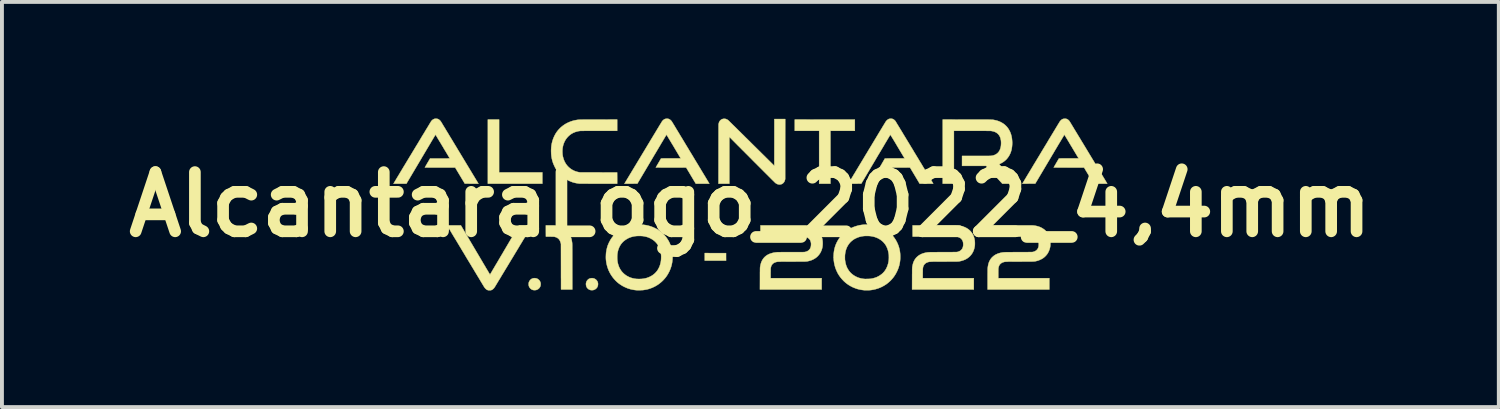
<source format=kicad_pcb>
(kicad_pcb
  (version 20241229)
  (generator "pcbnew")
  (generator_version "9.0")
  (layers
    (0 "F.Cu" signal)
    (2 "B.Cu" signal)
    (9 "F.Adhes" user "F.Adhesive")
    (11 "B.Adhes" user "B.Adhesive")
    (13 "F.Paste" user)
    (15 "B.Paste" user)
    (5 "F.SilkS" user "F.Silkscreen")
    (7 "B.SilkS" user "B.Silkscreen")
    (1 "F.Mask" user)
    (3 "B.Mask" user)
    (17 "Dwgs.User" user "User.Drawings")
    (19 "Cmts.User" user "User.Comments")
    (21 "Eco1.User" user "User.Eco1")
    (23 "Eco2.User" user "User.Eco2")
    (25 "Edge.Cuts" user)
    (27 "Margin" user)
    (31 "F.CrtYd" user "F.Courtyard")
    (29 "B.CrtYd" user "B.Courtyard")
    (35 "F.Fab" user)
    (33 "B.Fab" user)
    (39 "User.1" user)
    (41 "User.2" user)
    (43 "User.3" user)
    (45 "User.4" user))
  (footprint "AlcantaraLogo_2022_4,4mm"
    (layer "F.Cu")
    (at 16.263 2.214)
    (property "Reference" "AlcantaraLogo_2022_4,4mm" (at 0 0 180) (layer "F.SilkS") (effects (font (size 1.524 1.524) (thickness 0.3))))
    (attr through_hole)
    (fp_poly (pts (xy -6.467 -0.826) (xy -5.354 -0.826) (xy -5.354 -0.537) (xy -6.756 -0.537) (xy -6.756 -2.187) (xy -6.467 -2.187) (xy -6.467 -0.826)) (stroke (width 0.01) (type solid)) (fill yes) (layer "F.SilkS"))
    (fp_poly (pts (xy -0.899 1.251) (xy -0.626 1.251) (xy -0.626 1.348) (xy -0.625 1.444) (xy -1.173 1.444) (xy -1.173 1.25) (xy -0.899 1.251)) (stroke (width 0.01) (type solid)) (fill yes) (layer "F.SilkS"))
    (fp_poly (pts (xy 1.917 -2.186) (xy 2.689 -2.186) (xy 2.689 -1.898) (xy 2.061 -1.897) (xy 2.061 -0.537) (xy 1.771 -0.537) (xy 1.771 -1.897) (xy 1.144 -1.897) (xy 1.144 -2.187) (xy 1.917 -2.186)) (stroke (width 0.01) (type solid)) (fill yes) (layer "F.SilkS"))
    (fp_poly (pts (xy -5.531 1.897) (xy -5.52 1.899) (xy -5.496 1.905) (xy -5.475 1.915) (xy -5.456 1.928) (xy -5.437 1.946) (xy -5.422 1.964) (xy -5.411 1.984) (xy -5.403 2.005) (xy -5.398 2.027) (xy -5.397 2.05) (xy -5.399 2.076) (xy -5.404 2.099) (xy -5.413 2.12) (xy -5.425 2.14) (xy -5.432 2.149) (xy -5.45 2.167) (xy -5.47 2.182) (xy -5.493 2.193) (xy -5.505 2.198) (xy -5.519 2.201) (xy -5.536 2.203) (xy -5.554 2.204) (xy -5.572 2.203) (xy -5.588 2.201) (xy -5.595 2.2) (xy -5.619 2.191) (xy -5.641 2.179) (xy -5.66 2.163) (xy -5.677 2.144) (xy -5.69 2.123) (xy -5.7 2.099) (xy -5.702 2.092) (xy -5.704 2.08) (xy -5.706 2.065) (xy -5.706 2.049) (xy -5.706 2.033) (xy -5.704 2.018) (xy -5.702 2.008) (xy -5.693 1.983) (xy -5.681 1.962) (xy -5.666 1.943) (xy -5.648 1.926) (xy -5.628 1.913) (xy -5.606 1.904) (xy -5.582 1.897) (xy -5.557 1.895) (xy -5.531 1.897)) (stroke (width 0.01) (type solid)) (fill yes) (layer "F.SilkS"))
    (fp_poly (pts (xy -4.047 1.898) (xy -4.022 1.905) (xy -4.007 1.911) (xy -3.987 1.923) (xy -3.968 1.938) (xy -3.952 1.956) (xy -3.939 1.976) (xy -3.935 1.983) (xy -3.929 1.998) (xy -3.925 2.012) (xy -3.922 2.028) (xy -3.921 2.041) (xy -3.922 2.067) (xy -3.926 2.091) (xy -3.934 2.114) (xy -3.946 2.136) (xy -3.961 2.155) (xy -3.979 2.171) (xy -4 2.185) (xy -4.023 2.195) (xy -4.041 2.201) (xy -4.055 2.203) (xy -4.071 2.204) (xy -4.088 2.204) (xy -4.104 2.203) (xy -4.114 2.201) (xy -4.138 2.193) (xy -4.16 2.182) (xy -4.18 2.167) (xy -4.198 2.148) (xy -4.206 2.137) (xy -4.217 2.118) (xy -4.224 2.096) (xy -4.229 2.073) (xy -4.231 2.049) (xy -4.23 2.03) (xy -4.225 2.006) (xy -4.218 1.985) (xy -4.208 1.966) (xy -4.194 1.948) (xy -4.186 1.939) (xy -4.176 1.93) (xy -4.168 1.923) (xy -4.16 1.917) (xy -4.151 1.912) (xy -4.148 1.911) (xy -4.124 1.902) (xy -4.099 1.897) (xy -4.073 1.895) (xy -4.047 1.898)) (stroke (width 0.01) (type solid)) (fill yes) (layer "F.SilkS"))
    (fp_poly (pts (xy -0.65 -2.205) (xy -0.632 -2.202) (xy -0.623 -2.199) (xy -0.601 -2.189) (xy -0.578 -2.175) (xy -0.568 -2.167) (xy -0.565 -2.164) (xy -0.56 -2.159) (xy -0.551 -2.151) (xy -0.54 -2.14) (xy -0.526 -2.126) (xy -0.51 -2.11) (xy -0.491 -2.092) (xy -0.47 -2.071) (xy -0.446 -2.047) (xy -0.42 -2.022) (xy -0.393 -1.995) (xy -0.363 -1.966) (xy -0.332 -1.935) (xy -0.299 -1.902) (xy -0.264 -1.868) (xy -0.228 -1.832) (xy -0.19 -1.795) (xy -0.152 -1.757) (xy -0.112 -1.717) (xy -0.071 -1.677) (xy -0.029 -1.636) (xy 0.014 -1.593) (xy 0.031 -1.576) (xy 0.617 -0.996) (xy 0.618 -1.598) (xy 0.618 -2.2) (xy 0.897 -2.2) (xy 0.896 -1.427) (xy 0.896 -0.655) (xy 0.891 -0.634) (xy 0.883 -0.608) (xy 0.872 -0.585) (xy 0.858 -0.565) (xy 0.841 -0.548) (xy 0.822 -0.534) (xy 0.801 -0.524) (xy 0.778 -0.518) (xy 0.77 -0.517) (xy 0.761 -0.516) (xy 0.755 -0.515) (xy 0.749 -0.515) (xy 0.743 -0.516) (xy 0.735 -0.516) (xy 0.731 -0.517) (xy 0.706 -0.522) (xy 0.682 -0.532) (xy 0.657 -0.546) (xy 0.648 -0.553) (xy 0.645 -0.555) (xy 0.639 -0.56) (xy 0.631 -0.568) (xy 0.62 -0.579) (xy 0.606 -0.593) (xy 0.59 -0.609) (xy 0.571 -0.627) (xy 0.55 -0.648) (xy 0.527 -0.671) (xy 0.503 -0.696) (xy 0.476 -0.722) (xy 0.448 -0.751) (xy 0.418 -0.78) (xy 0.386 -0.812) (xy 0.353 -0.845) (xy 0.32 -0.878) (xy 0.285 -0.913) (xy 0.249 -0.949) (xy 0.212 -0.986) (xy 0.193 -1.005) (xy 0.155 -1.044) (xy 0.115 -1.083) (xy 0.076 -1.122) (xy 0.038 -1.161) (xy -0.001 -1.2) (xy -0.039 -1.238) (xy -0.076 -1.275) (xy -0.112 -1.311) (xy -0.147 -1.347) (xy -0.181 -1.381) (xy -0.214 -1.413) (xy -0.244 -1.444) (xy -0.273 -1.473) (xy -0.3 -1.5) (xy -0.325 -1.524) (xy -0.347 -1.547) (xy -0.366 -1.566) (xy -0.383 -1.583) (xy -0.395 -1.595) (xy -0.541 -1.742) (xy -0.541 -1.139) (xy -0.541 -0.537) (xy -0.82 -0.537) (xy -0.818 -2.066) (xy -0.813 -2.087) (xy -0.806 -2.113) (xy -0.795 -2.136) (xy -0.781 -2.157) (xy -0.764 -2.174) (xy -0.745 -2.188) (xy -0.724 -2.198) (xy -0.705 -2.203) (xy -0.688 -2.206) (xy -0.669 -2.206) (xy -0.65 -2.205)) (stroke (width 0.01) (type solid)) (fill yes) (layer "F.SilkS"))
    (fp_poly (pts (xy -5.16 0.537) (xy -5.131 0.537) (xy -5.106 0.537) (xy -5.084 0.537) (xy -5.065 0.538) (xy -5.049 0.538) (xy -5.034 0.539) (xy -5.021 0.54) (xy -5.008 0.542) (xy -4.996 0.543) (xy -4.983 0.545) (xy -4.981 0.546) (xy -4.942 0.553) (xy -4.907 0.563) (xy -4.873 0.575) (xy -4.842 0.589) (xy -4.808 0.606) (xy -4.778 0.626) (xy -4.75 0.648) (xy -4.725 0.671) (xy -4.698 0.701) (xy -4.673 0.734) (xy -4.652 0.769) (xy -4.634 0.806) (xy -4.618 0.847) (xy -4.605 0.89) (xy -4.595 0.937) (xy -4.588 0.981) (xy -4.588 0.984) (xy -4.587 0.987) (xy -4.587 0.992) (xy -4.587 0.996) (xy -4.586 1.002) (xy -4.586 1.008) (xy -4.586 1.015) (xy -4.586 1.024) (xy -4.585 1.034) (xy -4.585 1.046) (xy -4.585 1.06) (xy -4.585 1.075) (xy -4.585 1.093) (xy -4.585 1.112) (xy -4.585 1.135) (xy -4.584 1.16) (xy -4.584 1.187) (xy -4.584 1.218) (xy -4.584 1.251) (xy -4.584 1.288) (xy -4.584 1.328) (xy -4.584 1.372) (xy -4.584 1.419) (xy -4.584 1.471) (xy -4.584 1.526) (xy -4.584 1.586) (xy -4.584 1.599) (xy -4.583 2.187) (xy -4.727 2.187) (xy -4.757 2.187) (xy -4.782 2.187) (xy -4.804 2.186) (xy -4.823 2.186) (xy -4.837 2.186) (xy -4.849 2.186) (xy -4.858 2.186) (xy -4.865 2.185) (xy -4.869 2.185) (xy -4.871 2.184) (xy -4.871 2.184) (xy -4.871 2.181) (xy -4.872 2.175) (xy -4.872 2.164) (xy -4.872 2.149) (xy -4.872 2.131) (xy -4.872 2.109) (xy -4.872 2.084) (xy -4.872 2.056) (xy -4.872 2.025) (xy -4.872 1.991) (xy -4.872 1.955) (xy -4.872 1.916) (xy -4.873 1.875) (xy -4.873 1.831) (xy -4.873 1.786) (xy -4.873 1.74) (xy -4.873 1.692) (xy -4.873 1.642) (xy -4.873 1.599) (xy -4.874 1.017) (xy -4.878 0.997) (xy -4.888 0.965) (xy -4.899 0.937) (xy -4.913 0.912) (xy -4.93 0.89) (xy -4.949 0.872) (xy -4.971 0.857) (xy -4.996 0.844) (xy -5.025 0.835) (xy -5.039 0.831) (xy -5.043 0.83) (xy -5.048 0.829) (xy -5.055 0.829) (xy -5.063 0.828) (xy -5.074 0.828) (xy -5.087 0.827) (xy -5.103 0.827) (xy -5.122 0.827) (xy -5.145 0.826) (xy -5.158 0.826) (xy -5.262 0.825) (xy -5.263 0.681) (xy -5.263 0.537) (xy -5.16 0.537)) (stroke (width 0.01) (type solid)) (fill yes) (layer "F.SilkS"))
    (fp_poly (pts (xy -3.428 -1.897) (xy -3.889 -1.897) (xy -3.949 -1.897) (xy -4.006 -1.897) (xy -4.059 -1.897) (xy -4.108 -1.897) (xy -4.153 -1.897) (xy -4.194 -1.897) (xy -4.231 -1.897) (xy -4.264 -1.897) (xy -4.292 -1.896) (xy -4.317 -1.896) (xy -4.338 -1.896) (xy -4.354 -1.896) (xy -4.366 -1.895) (xy -4.373 -1.895) (xy -4.375 -1.895) (xy -4.423 -1.889) (xy -4.469 -1.878) (xy -4.514 -1.864) (xy -4.556 -1.846) (xy -4.596 -1.825) (xy -4.633 -1.8) (xy -4.668 -1.771) (xy -4.701 -1.739) (xy -4.73 -1.704) (xy -4.757 -1.666) (xy -4.758 -1.664) (xy -4.781 -1.623) (xy -4.8 -1.579) (xy -4.816 -1.533) (xy -4.827 -1.485) (xy -4.835 -1.435) (xy -4.835 -1.435) (xy -4.836 -1.419) (xy -4.837 -1.4) (xy -4.838 -1.379) (xy -4.838 -1.357) (xy -4.837 -1.336) (xy -4.836 -1.315) (xy -4.835 -1.297) (xy -4.834 -1.287) (xy -4.826 -1.237) (xy -4.813 -1.189) (xy -4.798 -1.144) (xy -4.779 -1.101) (xy -4.756 -1.06) (xy -4.731 -1.023) (xy -4.702 -0.988) (xy -4.67 -0.956) (xy -4.635 -0.927) (xy -4.597 -0.901) (xy -4.556 -0.878) (xy -4.555 -0.878) (xy -4.527 -0.865) (xy -4.501 -0.854) (xy -4.473 -0.846) (xy -4.445 -0.838) (xy -4.414 -0.832) (xy -4.388 -0.827) (xy -3.429 -0.825) (xy -3.428 -0.681) (xy -3.428 -0.537) (xy -3.904 -0.537) (xy -3.95 -0.537) (xy -3.995 -0.537) (xy -4.039 -0.537) (xy -4.081 -0.537) (xy -4.122 -0.537) (xy -4.16 -0.537) (xy -4.197 -0.538) (xy -4.231 -0.538) (xy -4.263 -0.538) (xy -4.293 -0.538) (xy -4.319 -0.538) (xy -4.342 -0.538) (xy -4.362 -0.539) (xy -4.378 -0.539) (xy -4.39 -0.539) (xy -4.399 -0.539) (xy -4.403 -0.539) (xy -4.46 -0.547) (xy -4.517 -0.558) (xy -4.572 -0.573) (xy -4.626 -0.593) (xy -4.678 -0.616) (xy -4.728 -0.643) (xy -4.776 -0.673) (xy -4.822 -0.707) (xy -4.865 -0.744) (xy -4.905 -0.784) (xy -4.943 -0.827) (xy -4.978 -0.873) (xy -5.009 -0.922) (xy -5.029 -0.959) (xy -5.055 -1.014) (xy -5.078 -1.07) (xy -5.096 -1.127) (xy -5.11 -1.185) (xy -5.12 -1.244) (xy -5.126 -1.306) (xy -5.128 -1.369) (xy -5.128 -1.404) (xy -5.125 -1.463) (xy -5.119 -1.52) (xy -5.109 -1.575) (xy -5.096 -1.627) (xy -5.08 -1.678) (xy -5.06 -1.729) (xy -5.04 -1.772) (xy -5.013 -1.822) (xy -4.982 -1.869) (xy -4.948 -1.913) (xy -4.91 -1.954) (xy -4.87 -1.993) (xy -4.826 -2.028) (xy -4.78 -2.06) (xy -4.731 -2.089) (xy -4.679 -2.114) (xy -4.625 -2.136) (xy -4.61 -2.141) (xy -4.573 -2.153) (xy -4.535 -2.163) (xy -4.496 -2.171) (xy -4.454 -2.178) (xy -4.422 -2.183) (xy -4.418 -2.183) (xy -4.412 -2.183) (xy -4.403 -2.183) (xy -4.392 -2.184) (xy -4.378 -2.184) (xy -4.361 -2.184) (xy -4.341 -2.184) (xy -4.318 -2.185) (xy -4.291 -2.185) (xy -4.262 -2.185) (xy -4.229 -2.185) (xy -4.192 -2.185) (xy -4.151 -2.185) (xy -4.107 -2.186) (xy -4.059 -2.186) (xy -4.006 -2.186) (xy -3.949 -2.186) (xy -3.914 -2.186) (xy -3.428 -2.187) (xy -3.428 -1.897)) (stroke (width 0.01) (type solid)) (fill yes) (layer "F.SilkS"))
    (fp_poly (pts (xy -2.132 -2.208) (xy -2.112 -2.205) (xy -2.093 -2.199) (xy -2.075 -2.189) (xy -2.057 -2.176) (xy -2.04 -2.16) (xy -2.025 -2.142) (xy -2.021 -2.137) (xy -2.02 -2.134) (xy -2.016 -2.128) (xy -2.01 -2.118) (xy -2.002 -2.105) (xy -1.992 -2.089) (xy -1.981 -2.07) (xy -1.967 -2.048) (xy -1.952 -2.023) (xy -1.936 -1.996) (xy -1.918 -1.966) (xy -1.899 -1.934) (xy -1.878 -1.9) (xy -1.856 -1.864) (xy -1.833 -1.826) (xy -1.81 -1.787) (xy -1.785 -1.746) (xy -1.759 -1.704) (xy -1.733 -1.66) (xy -1.706 -1.616) (xy -1.679 -1.57) (xy -1.651 -1.524) (xy -1.623 -1.478) (xy -1.594 -1.43) (xy -1.566 -1.383) (xy -1.537 -1.335) (xy -1.508 -1.288) (xy -1.479 -1.24) (xy -1.451 -1.193) (xy -1.423 -1.146) (xy -1.395 -1.1) (xy -1.368 -1.055) (xy -1.341 -1.011) (xy -1.315 -0.967) (xy -1.289 -0.925) (xy -1.265 -0.884) (xy -1.241 -0.845) (xy -1.218 -0.807) (xy -1.197 -0.772) (xy -1.176 -0.738) (xy -1.157 -0.706) (xy -1.139 -0.676) (xy -1.123 -0.649) (xy -1.108 -0.625) (xy -1.095 -0.603) (xy -1.084 -0.584) (xy -1.074 -0.568) (xy -1.066 -0.555) (xy -1.061 -0.546) (xy -1.057 -0.54) (xy -1.056 -0.538) (xy -1.056 -0.538) (xy -1.058 -0.537) (xy -1.064 -0.537) (xy -1.074 -0.537) (xy -1.088 -0.537) (xy -1.104 -0.537) (xy -1.123 -0.537) (xy -1.145 -0.537) (xy -1.169 -0.537) (xy -1.194 -0.537) (xy -1.221 -0.537) (xy -1.23 -0.537) (xy -1.404 -0.537) (xy -1.651 -0.951) (xy -2.043 -0.952) (xy -2.434 -0.953) (xy -2.366 -1.069) (xy -2.298 -1.186) (xy -2.045 -1.187) (xy -1.792 -1.187) (xy -1.974 -1.493) (xy -1.994 -1.527) (xy -2.014 -1.559) (xy -2.033 -1.591) (xy -2.051 -1.621) (xy -2.068 -1.649) (xy -2.084 -1.676) (xy -2.099 -1.7) (xy -2.112 -1.722) (xy -2.124 -1.742) (xy -2.134 -1.759) (xy -2.143 -1.774) (xy -2.15 -1.785) (xy -2.155 -1.793) (xy -2.158 -1.797) (xy -2.159 -1.798) (xy -2.16 -1.796) (xy -2.163 -1.791) (xy -2.169 -1.782) (xy -2.176 -1.769) (xy -2.186 -1.754) (xy -2.197 -1.735) (xy -2.21 -1.713) (xy -2.225 -1.689) (xy -2.241 -1.661) (xy -2.259 -1.631) (xy -2.278 -1.599) (xy -2.299 -1.565) (xy -2.32 -1.528) (xy -2.343 -1.49) (xy -2.367 -1.449) (xy -2.392 -1.407) (xy -2.418 -1.363) (xy -2.445 -1.318) (xy -2.473 -1.272) (xy -2.501 -1.224) (xy -2.53 -1.176) (xy -2.534 -1.168) (xy -2.908 -0.538) (xy -3.074 -0.537) (xy -3.24 -0.537) (xy -2.759 -1.335) (xy -2.726 -1.389) (xy -2.694 -1.443) (xy -2.662 -1.496) (xy -2.631 -1.548) (xy -2.6 -1.598) (xy -2.571 -1.648) (xy -2.542 -1.695) (xy -2.514 -1.741) (xy -2.488 -1.785) (xy -2.462 -1.827) (xy -2.438 -1.867) (xy -2.415 -1.905) (xy -2.394 -1.941) (xy -2.373 -1.974) (xy -2.355 -2.005) (xy -2.338 -2.033) (xy -2.323 -2.058) (xy -2.309 -2.08) (xy -2.297 -2.099) (xy -2.288 -2.115) (xy -2.28 -2.128) (xy -2.274 -2.137) (xy -2.271 -2.143) (xy -2.269 -2.145) (xy -2.259 -2.157) (xy -2.248 -2.168) (xy -2.235 -2.179) (xy -2.223 -2.188) (xy -2.216 -2.193) (xy -2.197 -2.201) (xy -2.176 -2.206) (xy -2.154 -2.209) (xy -2.132 -2.208)) (stroke (width 0.01) (type solid)) (fill yes) (layer "F.SilkS"))
    (fp_poly (pts (xy -5.623 0.541) (xy -5.625 0.544) (xy -5.629 0.55) (xy -5.634 0.56) (xy -5.642 0.573) (xy -5.652 0.589) (xy -5.664 0.608) (xy -5.677 0.631) (xy -5.692 0.655) (xy -5.708 0.683) (xy -5.726 0.713) (xy -5.746 0.745) (xy -5.766 0.779) (xy -5.788 0.815) (xy -5.811 0.853) (xy -5.835 0.892) (xy -5.86 0.933) (xy -5.885 0.976) (xy -5.912 1.019) (xy -5.939 1.064) (xy -5.966 1.11) (xy -5.994 1.156) (xy -6.022 1.203) (xy -6.051 1.25) (xy -6.079 1.297) (xy -6.108 1.345) (xy -6.137 1.393) (xy -6.166 1.44) (xy -6.194 1.487) (xy -6.222 1.534) (xy -6.25 1.58) (xy -6.277 1.625) (xy -6.304 1.669) (xy -6.33 1.712) (xy -6.355 1.754) (xy -6.38 1.795) (xy -6.404 1.834) (xy -6.426 1.871) (xy -6.447 1.907) (xy -6.468 1.94) (xy -6.487 1.971) (xy -6.504 2) (xy -6.52 2.026) (xy -6.534 2.05) (xy -6.547 2.071) (xy -6.558 2.09) (xy -6.567 2.105) (xy -6.575 2.116) (xy -6.58 2.125) (xy -6.583 2.13) (xy -6.583 2.131) (xy -6.6 2.153) (xy -6.618 2.171) (xy -6.637 2.187) (xy -6.657 2.198) (xy -6.667 2.202) (xy -6.682 2.206) (xy -6.699 2.208) (xy -6.717 2.208) (xy -6.735 2.207) (xy -6.751 2.205) (xy -6.752 2.204) (xy -6.762 2.201) (xy -6.773 2.197) (xy -6.781 2.193) (xy -6.792 2.186) (xy -6.804 2.176) (xy -6.817 2.164) (xy -6.829 2.151) (xy -6.84 2.137) (xy -6.849 2.124) (xy -6.85 2.124) (xy -6.852 2.12) (xy -6.856 2.113) (xy -6.862 2.103) (xy -6.87 2.089) (xy -6.881 2.072) (xy -6.893 2.052) (xy -6.907 2.029) (xy -6.923 2.002) (xy -6.94 1.974) (xy -6.959 1.942) (xy -6.979 1.908) (xy -7.001 1.872) (xy -7.024 1.834) (xy -7.049 1.793) (xy -7.074 1.751) (xy -7.101 1.707) (xy -7.128 1.661) (xy -7.157 1.614) (xy -7.186 1.565) (xy -7.216 1.515) (xy -7.247 1.464) (xy -7.279 1.412) (xy -7.309 1.362) (xy -7.341 1.308) (xy -7.372 1.256) (xy -7.403 1.205) (xy -7.434 1.154) (xy -7.463 1.105) (xy -7.492 1.057) (xy -7.52 1.01) (xy -7.547 0.965) (xy -7.573 0.922) (xy -7.598 0.881) (xy -7.622 0.842) (xy -7.644 0.805) (xy -7.665 0.77) (xy -7.685 0.737) (xy -7.702 0.708) (xy -7.719 0.68) (xy -7.733 0.656) (xy -7.746 0.635) (xy -7.757 0.617) (xy -7.766 0.602) (xy -7.773 0.59) (xy -7.778 0.582) (xy -7.78 0.578) (xy -7.805 0.537) (xy -7.451 0.537) (xy -7.077 1.171) (xy -7.048 1.22) (xy -7.02 1.267) (xy -6.992 1.314) (xy -6.965 1.36) (xy -6.939 1.404) (xy -6.914 1.446) (xy -6.89 1.487) (xy -6.867 1.526) (xy -6.845 1.563) (xy -6.824 1.598) (xy -6.805 1.631) (xy -6.787 1.661) (xy -6.77 1.689) (xy -6.755 1.714) (xy -6.742 1.737) (xy -6.73 1.756) (xy -6.72 1.772) (xy -6.713 1.786) (xy -6.707 1.795) (xy -6.703 1.802) (xy -6.701 1.804) (xy -6.701 1.804) (xy -6.7 1.803) (xy -6.697 1.797) (xy -6.691 1.788) (xy -6.684 1.775) (xy -6.675 1.76) (xy -6.663 1.741) (xy -6.65 1.719) (xy -6.636 1.694) (xy -6.62 1.667) (xy -6.602 1.637) (xy -6.583 1.605) (xy -6.563 1.57) (xy -6.541 1.534) (xy -6.518 1.495) (xy -6.494 1.455) (xy -6.469 1.412) (xy -6.444 1.369) (xy -6.417 1.323) (xy -6.389 1.277) (xy -6.361 1.229) (xy -6.333 1.18) (xy -6.327 1.171) (xy -5.954 0.537) (xy -5.621 0.537) (xy -5.623 0.541)) (stroke (width 0.01) (type solid)) (fill yes) (layer "F.SilkS"))
    (fp_poly (pts (xy 8.112 -2.208) (xy 8.121 -2.207) (xy 8.128 -2.206) (xy 8.151 -2.198) (xy 8.172 -2.186) (xy 8.192 -2.17) (xy 8.21 -2.15) (xy 8.213 -2.146) (xy 8.214 -2.144) (xy 8.218 -2.138) (xy 8.224 -2.128) (xy 8.232 -2.115) (xy 8.242 -2.099) (xy 8.254 -2.08) (xy 8.267 -2.057) (xy 8.282 -2.033) (xy 8.299 -2.005) (xy 8.317 -1.976) (xy 8.336 -1.943) (xy 8.357 -1.909) (xy 8.379 -1.873) (xy 8.402 -1.835) (xy 8.426 -1.795) (xy 8.451 -1.754) (xy 8.477 -1.712) (xy 8.503 -1.668) (xy 8.53 -1.623) (xy 8.558 -1.578) (xy 8.586 -1.531) (xy 8.615 -1.484) (xy 8.643 -1.437) (xy 8.672 -1.389) (xy 8.701 -1.341) (xy 8.73 -1.293) (xy 8.759 -1.245) (xy 8.788 -1.197) (xy 8.817 -1.15) (xy 8.845 -1.104) (xy 8.872 -1.058) (xy 8.899 -1.013) (xy 8.926 -0.969) (xy 8.952 -0.927) (xy 8.976 -0.886) (xy 9 -0.846) (xy 9.023 -0.808) (xy 9.045 -0.772) (xy 9.066 -0.737) (xy 9.085 -0.705) (xy 9.103 -0.675) (xy 9.12 -0.648) (xy 9.135 -0.623) (xy 9.148 -0.6) (xy 9.16 -0.581) (xy 9.17 -0.565) (xy 9.178 -0.552) (xy 9.182 -0.544) (xy 9.186 -0.537) (xy 9.011 -0.537) (xy 8.837 -0.538) (xy 8.59 -0.951) (xy 8.199 -0.951) (xy 8.157 -0.951) (xy 8.117 -0.952) (xy 8.079 -0.952) (xy 8.042 -0.952) (xy 8.007 -0.952) (xy 7.974 -0.952) (xy 7.943 -0.952) (xy 7.915 -0.952) (xy 7.89 -0.953) (xy 7.868 -0.953) (xy 7.849 -0.953) (xy 7.833 -0.953) (xy 7.821 -0.953) (xy 7.813 -0.953) (xy 7.809 -0.954) (xy 7.808 -0.954) (xy 7.809 -0.956) (xy 7.813 -0.962) (xy 7.818 -0.97) (xy 7.824 -0.982) (xy 7.833 -0.996) (xy 7.842 -1.012) (xy 7.853 -1.03) (xy 7.864 -1.05) (xy 7.876 -1.07) (xy 7.876 -1.071) (xy 7.944 -1.186) (xy 8.197 -1.187) (xy 8.45 -1.187) (xy 8.267 -1.493) (xy 8.247 -1.526) (xy 8.227 -1.559) (xy 8.208 -1.591) (xy 8.191 -1.621) (xy 8.173 -1.649) (xy 8.158 -1.676) (xy 8.143 -1.7) (xy 8.129 -1.722) (xy 8.117 -1.742) (xy 8.107 -1.759) (xy 8.098 -1.774) (xy 8.091 -1.785) (xy 8.087 -1.793) (xy 8.084 -1.798) (xy 8.083 -1.799) (xy 8.082 -1.797) (xy 8.078 -1.791) (xy 8.073 -1.782) (xy 8.065 -1.77) (xy 8.056 -1.754) (xy 8.045 -1.735) (xy 8.032 -1.714) (xy 8.017 -1.689) (xy 8.001 -1.662) (xy 7.983 -1.632) (xy 7.964 -1.6) (xy 7.943 -1.566) (xy 7.921 -1.529) (xy 7.898 -1.49) (xy 7.874 -1.45) (xy 7.849 -1.408) (xy 7.823 -1.364) (xy 7.797 -1.319) (xy 7.769 -1.273) (xy 7.741 -1.225) (xy 7.712 -1.177) (xy 7.707 -1.168) (xy 7.333 -0.538) (xy 7.002 -0.537) (xy 7.125 -0.742) (xy 7.184 -0.84) (xy 7.241 -0.934) (xy 7.295 -1.025) (xy 7.348 -1.112) (xy 7.398 -1.195) (xy 7.446 -1.274) (xy 7.491 -1.35) (xy 7.535 -1.423) (xy 7.576 -1.491) (xy 7.616 -1.556) (xy 7.653 -1.618) (xy 7.687 -1.676) (xy 7.72 -1.73) (xy 7.751 -1.781) (xy 7.78 -1.829) (xy 7.806 -1.873) (xy 7.831 -1.913) (xy 7.853 -1.95) (xy 7.873 -1.984) (xy 7.892 -2.014) (xy 7.908 -2.041) (xy 7.922 -2.065) (xy 7.935 -2.085) (xy 7.945 -2.102) (xy 7.954 -2.116) (xy 7.96 -2.127) (xy 7.965 -2.134) (xy 7.967 -2.138) (xy 7.968 -2.139) (xy 7.976 -2.149) (xy 7.985 -2.159) (xy 7.996 -2.17) (xy 8.007 -2.18) (xy 8.016 -2.187) (xy 8.021 -2.19) (xy 8.036 -2.198) (xy 8.05 -2.203) (xy 8.066 -2.206) (xy 8.085 -2.208) (xy 8.087 -2.208) (xy 8.101 -2.208) (xy 8.112 -2.208)) (stroke (width 0.01) (type solid)) (fill yes) (layer "F.SilkS"))
    (fp_poly (pts (xy 5.581 -2.186) (xy 5.644 -2.186) (xy 5.702 -2.186) (xy 5.757 -2.186) (xy 5.807 -2.186) (xy 5.854 -2.186) (xy 5.897 -2.186) (xy 5.937 -2.186) (xy 5.973 -2.185) (xy 6.007 -2.185) (xy 6.037 -2.185) (xy 6.065 -2.185) (xy 6.09 -2.185) (xy 6.112 -2.185) (xy 6.132 -2.185) (xy 6.15 -2.184) (xy 6.166 -2.184) (xy 6.181 -2.184) (xy 6.193 -2.184) (xy 6.204 -2.183) (xy 6.214 -2.183) (xy 6.223 -2.182) (xy 6.23 -2.182) (xy 6.237 -2.181) (xy 6.243 -2.181) (xy 6.249 -2.18) (xy 6.254 -2.179) (xy 6.259 -2.179) (xy 6.264 -2.178) (xy 6.269 -2.177) (xy 6.274 -2.176) (xy 6.28 -2.175) (xy 6.282 -2.174) (xy 6.33 -2.164) (xy 6.378 -2.149) (xy 6.424 -2.131) (xy 6.467 -2.109) (xy 6.508 -2.084) (xy 6.526 -2.071) (xy 6.54 -2.06) (xy 6.556 -2.047) (xy 6.572 -2.031) (xy 6.588 -2.016) (xy 6.602 -2.001) (xy 6.612 -1.989) (xy 6.638 -1.954) (xy 6.661 -1.916) (xy 6.682 -1.876) (xy 6.699 -1.834) (xy 6.711 -1.798) (xy 6.723 -1.751) (xy 6.732 -1.701) (xy 6.737 -1.65) (xy 6.74 -1.598) (xy 6.739 -1.546) (xy 6.735 -1.495) (xy 6.728 -1.445) (xy 6.721 -1.408) (xy 6.707 -1.36) (xy 6.69 -1.315) (xy 6.669 -1.272) (xy 6.645 -1.232) (xy 6.618 -1.195) (xy 6.588 -1.16) (xy 6.554 -1.129) (xy 6.517 -1.1) (xy 6.478 -1.075) (xy 6.435 -1.053) (xy 6.426 -1.049) (xy 6.417 -1.045) (xy 6.409 -1.041) (xy 6.404 -1.039) (xy 6.402 -1.038) (xy 6.404 -1.036) (xy 6.408 -1.032) (xy 6.415 -1.024) (xy 6.424 -1.014) (xy 6.436 -1.002) (xy 6.451 -0.987) (xy 6.467 -0.97) (xy 6.485 -0.952) (xy 6.505 -0.932) (xy 6.526 -0.91) (xy 6.549 -0.887) (xy 6.572 -0.863) (xy 6.597 -0.838) (xy 6.606 -0.829) (xy 6.632 -0.803) (xy 6.658 -0.777) (xy 6.683 -0.752) (xy 6.708 -0.727) (xy 6.731 -0.704) (xy 6.753 -0.681) (xy 6.774 -0.661) (xy 6.793 -0.641) (xy 6.81 -0.624) (xy 6.825 -0.609) (xy 6.837 -0.597) (xy 6.847 -0.587) (xy 6.854 -0.58) (xy 6.855 -0.579) (xy 6.897 -0.537) (xy 6.691 -0.537) (xy 6.486 -0.537) (xy 6.277 -0.765) (xy 6.069 -0.994) (xy 5.449 -0.994) (xy 5.449 -1.25) (xy 5.81 -1.25) (xy 5.858 -1.25) (xy 5.902 -1.25) (xy 5.942 -1.25) (xy 5.979 -1.25) (xy 6.011 -1.25) (xy 6.041 -1.25) (xy 6.067 -1.25) (xy 6.09 -1.251) (xy 6.111 -1.251) (xy 6.129 -1.251) (xy 6.145 -1.251) (xy 6.159 -1.252) (xy 6.171 -1.252) (xy 6.182 -1.253) (xy 6.191 -1.253) (xy 6.199 -1.254) (xy 6.206 -1.254) (xy 6.212 -1.255) (xy 6.218 -1.256) (xy 6.223 -1.257) (xy 6.228 -1.258) (xy 6.234 -1.259) (xy 6.235 -1.259) (xy 6.27 -1.269) (xy 6.302 -1.282) (xy 6.33 -1.298) (xy 6.356 -1.317) (xy 6.379 -1.34) (xy 6.399 -1.365) (xy 6.416 -1.394) (xy 6.43 -1.426) (xy 6.441 -1.461) (xy 6.449 -1.5) (xy 6.451 -1.52) (xy 6.452 -1.533) (xy 6.453 -1.548) (xy 6.454 -1.566) (xy 6.454 -1.584) (xy 6.454 -1.602) (xy 6.453 -1.618) (xy 6.452 -1.632) (xy 6.452 -1.639) (xy 6.445 -1.677) (xy 6.436 -1.713) (xy 6.424 -1.745) (xy 6.409 -1.773) (xy 6.39 -1.799) (xy 6.371 -1.82) (xy 6.346 -1.84) (xy 6.318 -1.858) (xy 6.287 -1.872) (xy 6.253 -1.883) (xy 6.216 -1.891) (xy 6.187 -1.895) (xy 6.181 -1.895) (xy 6.172 -1.896) (xy 6.157 -1.896) (xy 6.139 -1.896) (xy 6.116 -1.896) (xy 6.089 -1.896) (xy 6.057 -1.897) (xy 6.021 -1.897) (xy 5.981 -1.897) (xy 5.936 -1.897) (xy 5.887 -1.897) (xy 5.834 -1.897) (xy 5.777 -1.897) (xy 5.715 -1.897) (xy 5.239 -1.897) (xy 5.239 -0.537) (xy 4.952 -0.537) (xy 4.952 -2.187) (xy 5.581 -2.186)) (stroke (width 0.01) (type solid)) (fill yes) (layer "F.SilkS"))
    (fp_poly (pts (xy 3.633 -2.208) (xy 3.648 -2.206) (xy 3.65 -2.206) (xy 3.671 -2.198) (xy 3.692 -2.187) (xy 3.711 -2.171) (xy 3.73 -2.152) (xy 3.732 -2.148) (xy 3.734 -2.146) (xy 3.738 -2.14) (xy 3.744 -2.13) (xy 3.752 -2.117) (xy 3.761 -2.101) (xy 3.773 -2.082) (xy 3.786 -2.06) (xy 3.801 -2.036) (xy 3.818 -2.008) (xy 3.836 -1.979) (xy 3.855 -1.947) (xy 3.876 -1.913) (xy 3.898 -1.877) (xy 3.921 -1.839) (xy 3.944 -1.8) (xy 3.969 -1.759) (xy 3.995 -1.717) (xy 4.021 -1.673) (xy 4.048 -1.629) (xy 4.076 -1.583) (xy 4.104 -1.537) (xy 4.132 -1.49) (xy 4.161 -1.443) (xy 4.19 -1.395) (xy 4.218 -1.347) (xy 4.247 -1.3) (xy 4.276 -1.252) (xy 4.305 -1.205) (xy 4.333 -1.158) (xy 4.361 -1.111) (xy 4.389 -1.066) (xy 4.416 -1.021) (xy 4.442 -0.977) (xy 4.468 -0.935) (xy 4.493 -0.893) (xy 4.517 -0.854) (xy 4.54 -0.816) (xy 4.562 -0.779) (xy 4.582 -0.745) (xy 4.602 -0.713) (xy 4.62 -0.683) (xy 4.636 -0.655) (xy 4.652 -0.63) (xy 4.665 -0.608) (xy 4.677 -0.588) (xy 4.687 -0.571) (xy 4.695 -0.558) (xy 4.701 -0.548) (xy 4.705 -0.541) (xy 4.707 -0.538) (xy 4.707 -0.538) (xy 4.705 -0.537) (xy 4.698 -0.537) (xy 4.688 -0.537) (xy 4.675 -0.537) (xy 4.658 -0.537) (xy 4.639 -0.537) (xy 4.618 -0.537) (xy 4.594 -0.537) (xy 4.568 -0.537) (xy 4.541 -0.537) (xy 4.533 -0.537) (xy 4.358 -0.537) (xy 4.235 -0.744) (xy 4.111 -0.951) (xy 3.72 -0.952) (xy 3.329 -0.953) (xy 3.464 -1.186) (xy 3.971 -1.187) (xy 3.788 -1.493) (xy 3.768 -1.527) (xy 3.749 -1.559) (xy 3.73 -1.591) (xy 3.712 -1.621) (xy 3.695 -1.649) (xy 3.679 -1.676) (xy 3.664 -1.7) (xy 3.65 -1.722) (xy 3.638 -1.742) (xy 3.628 -1.759) (xy 3.619 -1.773) (xy 3.612 -1.784) (xy 3.607 -1.792) (xy 3.604 -1.797) (xy 3.603 -1.798) (xy 3.602 -1.796) (xy 3.599 -1.79) (xy 3.593 -1.781) (xy 3.586 -1.769) (xy 3.576 -1.753) (xy 3.565 -1.734) (xy 3.552 -1.712) (xy 3.537 -1.688) (xy 3.521 -1.66) (xy 3.503 -1.63) (xy 3.484 -1.598) (xy 3.463 -1.564) (xy 3.442 -1.527) (xy 3.419 -1.488) (xy 3.395 -1.448) (xy 3.37 -1.406) (xy 3.344 -1.362) (xy 3.317 -1.317) (xy 3.289 -1.271) (xy 3.261 -1.223) (xy 3.232 -1.175) (xy 3.228 -1.167) (xy 2.855 -0.538) (xy 2.689 -0.537) (xy 2.657 -0.537) (xy 2.63 -0.537) (xy 2.606 -0.537) (xy 2.585 -0.537) (xy 2.569 -0.537) (xy 2.555 -0.537) (xy 2.544 -0.538) (xy 2.536 -0.538) (xy 2.53 -0.538) (xy 2.527 -0.539) (xy 2.525 -0.539) (xy 2.525 -0.539) (xy 2.526 -0.542) (xy 2.53 -0.547) (xy 2.535 -0.557) (xy 2.543 -0.569) (xy 2.552 -0.585) (xy 2.564 -0.604) (xy 2.577 -0.625) (xy 2.591 -0.65) (xy 2.607 -0.677) (xy 2.625 -0.706) (xy 2.644 -0.738) (xy 2.664 -0.772) (xy 2.686 -0.807) (xy 2.709 -0.845) (xy 2.732 -0.884) (xy 2.757 -0.925) (xy 2.782 -0.967) (xy 2.808 -1.01) (xy 2.835 -1.055) (xy 2.862 -1.1) (xy 2.89 -1.146) (xy 2.918 -1.193) (xy 2.946 -1.24) (xy 2.975 -1.288) (xy 3.004 -1.335) (xy 3.032 -1.383) (xy 3.061 -1.43) (xy 3.089 -1.477) (xy 3.118 -1.524) (xy 3.145 -1.57) (xy 3.173 -1.616) (xy 3.199 -1.66) (xy 3.226 -1.704) (xy 3.251 -1.746) (xy 3.276 -1.787) (xy 3.299 -1.826) (xy 3.322 -1.864) (xy 3.344 -1.9) (xy 3.364 -1.933) (xy 3.384 -1.965) (xy 3.401 -1.995) (xy 3.418 -2.022) (xy 3.433 -2.047) (xy 3.446 -2.068) (xy 3.457 -2.087) (xy 3.467 -2.103) (xy 3.475 -2.116) (xy 3.481 -2.126) (xy 3.484 -2.132) (xy 3.486 -2.134) (xy 3.5 -2.152) (xy 3.516 -2.169) (xy 3.533 -2.183) (xy 3.55 -2.194) (xy 3.567 -2.202) (xy 3.569 -2.202) (xy 3.583 -2.206) (xy 3.599 -2.208) (xy 3.616 -2.208) (xy 3.633 -2.208)) (stroke (width 0.01) (type solid)) (fill yes) (layer "F.SilkS"))
    (fp_poly (pts (xy -8.08 -2.208) (xy -8.063 -2.206) (xy -8.049 -2.203) (xy -8.046 -2.202) (xy -8.028 -2.195) (xy -8.01 -2.183) (xy -7.993 -2.168) (xy -7.977 -2.151) (xy -7.968 -2.139) (xy -7.966 -2.137) (xy -7.962 -2.13) (xy -7.956 -2.12) (xy -7.947 -2.106) (xy -7.937 -2.089) (xy -7.924 -2.068) (xy -7.91 -2.044) (xy -7.894 -2.017) (xy -7.875 -1.987) (xy -7.855 -1.954) (xy -7.834 -1.918) (xy -7.81 -1.879) (xy -7.785 -1.838) (xy -7.758 -1.793) (xy -7.73 -1.746) (xy -7.7 -1.697) (xy -7.668 -1.645) (xy -7.636 -1.591) (xy -7.602 -1.535) (xy -7.566 -1.476) (xy -7.53 -1.415) (xy -7.492 -1.353) (xy -7.453 -1.288) (xy -7.413 -1.222) (xy -7.372 -1.154) (xy -7.33 -1.084) (xy -7.287 -1.013) (xy -7.243 -0.94) (xy -7.198 -0.866) (xy -7.152 -0.79) (xy -7.106 -0.714) (xy -7.073 -0.659) (xy -6.999 -0.537) (xy -7.174 -0.537) (xy -7.349 -0.538) (xy -7.473 -0.745) (xy -7.597 -0.952) (xy -7.987 -0.952) (xy -8.028 -0.952) (xy -8.068 -0.952) (xy -8.107 -0.952) (xy -8.144 -0.952) (xy -8.179 -0.952) (xy -8.212 -0.952) (xy -8.242 -0.952) (xy -8.27 -0.952) (xy -8.296 -0.952) (xy -8.318 -0.953) (xy -8.337 -0.953) (xy -8.353 -0.953) (xy -8.365 -0.953) (xy -8.373 -0.953) (xy -8.377 -0.953) (xy -8.378 -0.953) (xy -8.376 -0.955) (xy -8.373 -0.961) (xy -8.368 -0.969) (xy -8.362 -0.981) (xy -8.354 -0.995) (xy -8.344 -1.011) (xy -8.334 -1.029) (xy -8.323 -1.049) (xy -8.311 -1.069) (xy -8.31 -1.07) (xy -8.242 -1.186) (xy -7.99 -1.186) (xy -7.957 -1.186) (xy -7.925 -1.186) (xy -7.895 -1.186) (xy -7.866 -1.186) (xy -7.84 -1.186) (xy -7.816 -1.186) (xy -7.795 -1.186) (xy -7.776 -1.187) (xy -7.761 -1.187) (xy -7.749 -1.187) (xy -7.741 -1.187) (xy -7.737 -1.187) (xy -7.737 -1.187) (xy -7.738 -1.189) (xy -7.741 -1.195) (xy -7.747 -1.204) (xy -7.754 -1.216) (xy -7.762 -1.231) (xy -7.773 -1.248) (xy -7.784 -1.268) (xy -7.797 -1.289) (xy -7.811 -1.313) (xy -7.826 -1.338) (xy -7.842 -1.365) (xy -7.859 -1.392) (xy -7.876 -1.42) (xy -7.893 -1.449) (xy -7.91 -1.479) (xy -7.928 -1.508) (xy -7.946 -1.538) (xy -7.963 -1.567) (xy -7.98 -1.595) (xy -7.997 -1.622) (xy -8.013 -1.649) (xy -8.028 -1.674) (xy -8.042 -1.697) (xy -8.055 -1.719) (xy -8.067 -1.739) (xy -8.077 -1.756) (xy -8.086 -1.771) (xy -8.093 -1.782) (xy -8.099 -1.791) (xy -8.102 -1.797) (xy -8.104 -1.799) (xy -8.104 -1.799) (xy -8.105 -1.797) (xy -8.108 -1.791) (xy -8.114 -1.782) (xy -8.121 -1.77) (xy -8.131 -1.754) (xy -8.142 -1.735) (xy -8.155 -1.713) (xy -8.17 -1.689) (xy -8.186 -1.661) (xy -8.204 -1.632) (xy -8.223 -1.599) (xy -8.243 -1.565) (xy -8.265 -1.528) (xy -8.288 -1.489) (xy -8.312 -1.449) (xy -8.337 -1.407) (xy -8.363 -1.363) (xy -8.39 -1.318) (xy -8.417 -1.272) (xy -8.446 -1.224) (xy -8.474 -1.175) (xy -8.479 -1.167) (xy -8.853 -0.537) (xy -9.184 -0.537) (xy -9.179 -0.546) (xy -9.172 -0.557) (xy -9.163 -0.572) (xy -9.153 -0.59) (xy -9.14 -0.61) (xy -9.126 -0.634) (xy -9.111 -0.66) (xy -9.094 -0.688) (xy -9.075 -0.719) (xy -9.055 -0.752) (xy -9.034 -0.787) (xy -9.012 -0.825) (xy -8.988 -0.863) (xy -8.964 -0.904) (xy -8.939 -0.946) (xy -8.913 -0.989) (xy -8.886 -1.033) (xy -8.859 -1.078) (xy -8.831 -1.124) (xy -8.803 -1.171) (xy -8.774 -1.219) (xy -8.745 -1.266) (xy -8.716 -1.314) (xy -8.687 -1.362) (xy -8.658 -1.41) (xy -8.629 -1.458) (xy -8.601 -1.505) (xy -8.572 -1.552) (xy -8.544 -1.598) (xy -8.517 -1.644) (xy -8.49 -1.688) (xy -8.464 -1.732) (xy -8.439 -1.774) (xy -8.414 -1.814) (xy -8.39 -1.853) (xy -8.368 -1.89) (xy -8.347 -1.926) (xy -8.326 -1.959) (xy -8.307 -1.99) (xy -8.29 -2.019) (xy -8.274 -2.045) (xy -8.26 -2.069) (xy -8.247 -2.09) (xy -8.236 -2.108) (xy -8.227 -2.123) (xy -8.22 -2.134) (xy -8.215 -2.143) (xy -8.212 -2.147) (xy -8.211 -2.148) (xy -8.194 -2.167) (xy -8.175 -2.183) (xy -8.154 -2.195) (xy -8.133 -2.204) (xy -8.126 -2.206) (xy -8.113 -2.208) (xy -8.097 -2.208) (xy -8.08 -2.208)) (stroke (width 0.01) (type solid)) (fill yes) (layer "F.SilkS"))
    (fp_poly (pts (xy -2.809 0.517) (xy -2.746 0.522) (xy -2.735 0.524) (xy -2.675 0.533) (xy -2.616 0.547) (xy -2.559 0.564) (xy -2.504 0.585) (xy -2.45 0.61) (xy -2.398 0.637) (xy -2.349 0.669) (xy -2.303 0.703) (xy -2.259 0.74) (xy -2.219 0.78) (xy -2.199 0.802) (xy -2.162 0.848) (xy -2.129 0.897) (xy -2.099 0.947) (xy -2.073 1) (xy -2.051 1.054) (xy -2.033 1.11) (xy -2.019 1.167) (xy -2.01 1.226) (xy -2.004 1.286) (xy -2.002 1.348) (xy -2.004 1.41) (xy -2.011 1.473) (xy -2.013 1.49) (xy -2.024 1.546) (xy -2.039 1.602) (xy -2.058 1.657) (xy -2.082 1.713) (xy -2.089 1.728) (xy -2.115 1.777) (xy -2.142 1.822) (xy -2.171 1.864) (xy -2.203 1.904) (xy -2.239 1.943) (xy -2.243 1.948) (xy -2.281 1.985) (xy -2.32 2.018) (xy -2.36 2.049) (xy -2.402 2.077) (xy -2.447 2.103) (xy -2.47 2.115) (xy -2.521 2.139) (xy -2.573 2.159) (xy -2.625 2.176) (xy -2.679 2.189) (xy -2.735 2.198) (xy -2.754 2.201) (xy -2.764 2.202) (xy -2.776 2.203) (xy -2.792 2.204) (xy -2.81 2.204) (xy -2.829 2.205) (xy -2.849 2.205) (xy -2.868 2.206) (xy -2.886 2.206) (xy -2.902 2.206) (xy -2.916 2.206) (xy -2.926 2.205) (xy -2.927 2.205) (xy -2.967 2.201) (xy -3.009 2.195) (xy -3.051 2.187) (xy -3.092 2.177) (xy -3.131 2.165) (xy -3.167 2.153) (xy -3.225 2.128) (xy -3.28 2.101) (xy -3.332 2.069) (xy -3.382 2.035) (xy -3.428 1.997) (xy -3.472 1.955) (xy -3.512 1.911) (xy -3.55 1.863) (xy -3.584 1.813) (xy -3.616 1.759) (xy -3.621 1.748) (xy -3.648 1.693) (xy -3.67 1.635) (xy -3.688 1.577) (xy -3.702 1.517) (xy -3.712 1.455) (xy -3.715 1.426) (xy -3.717 1.402) (xy -3.718 1.375) (xy -3.718 1.346) (xy -3.718 1.338) (xy -3.427 1.338) (xy -3.427 1.391) (xy -3.423 1.443) (xy -3.415 1.493) (xy -3.403 1.541) (xy -3.388 1.586) (xy -3.37 1.629) (xy -3.347 1.67) (xy -3.322 1.708) (xy -3.293 1.743) (xy -3.26 1.776) (xy -3.224 1.806) (xy -3.197 1.825) (xy -3.182 1.835) (xy -3.163 1.845) (xy -3.143 1.856) (xy -3.122 1.866) (xy -3.102 1.875) (xy -3.084 1.882) (xy -3.078 1.884) (xy -3.035 1.897) (xy -2.989 1.907) (xy -2.942 1.914) (xy -2.932 1.915) (xy -2.919 1.916) (xy -2.903 1.916) (xy -2.885 1.917) (xy -2.865 1.917) (xy -2.846 1.917) (xy -2.827 1.916) (xy -2.811 1.916) (xy -2.797 1.915) (xy -2.796 1.915) (xy -2.751 1.909) (xy -2.708 1.901) (xy -2.667 1.891) (xy -2.628 1.877) (xy -2.59 1.861) (xy -2.583 1.857) (xy -2.541 1.835) (xy -2.502 1.809) (xy -2.466 1.78) (xy -2.434 1.748) (xy -2.404 1.713) (xy -2.378 1.675) (xy -2.356 1.634) (xy -2.336 1.591) (xy -2.321 1.545) (xy -2.308 1.496) (xy -2.307 1.49) (xy -2.302 1.46) (xy -2.298 1.428) (xy -2.296 1.393) (xy -2.295 1.359) (xy -2.295 1.326) (xy -2.297 1.296) (xy -2.297 1.295) (xy -2.304 1.244) (xy -2.314 1.195) (xy -2.328 1.148) (xy -2.346 1.104) (xy -2.367 1.063) (xy -2.391 1.025) (xy -2.418 0.99) (xy -2.449 0.957) (xy -2.483 0.927) (xy -2.521 0.9) (xy -2.562 0.876) (xy -2.564 0.875) (xy -2.605 0.855) (xy -2.647 0.839) (xy -2.691 0.827) (xy -2.736 0.817) (xy -2.783 0.811) (xy -2.822 0.809) (xy -2.879 0.808) (xy -2.933 0.811) (xy -2.985 0.817) (xy -3.035 0.828) (xy -3.083 0.842) (xy -3.128 0.86) (xy -3.158 0.875) (xy -3.199 0.899) (xy -3.237 0.926) (xy -3.272 0.955) (xy -3.303 0.988) (xy -3.331 1.023) (xy -3.355 1.061) (xy -3.376 1.102) (xy -3.393 1.146) (xy -3.397 1.156) (xy -3.407 1.191) (xy -3.415 1.226) (xy -3.421 1.26) (xy -3.425 1.297) (xy -3.427 1.336) (xy -3.427 1.338) (xy -3.718 1.338) (xy -3.717 1.316) (xy -3.716 1.286) (xy -3.714 1.258) (xy -3.712 1.232) (xy -3.71 1.223) (xy -3.7 1.164) (xy -3.686 1.106) (xy -3.668 1.049) (xy -3.645 0.994) (xy -3.618 0.941) (xy -3.597 0.904) (xy -3.565 0.856) (xy -3.529 0.81) (xy -3.49 0.767) (xy -3.448 0.727) (xy -3.403 0.69) (xy -3.356 0.657) (xy -3.339 0.646) (xy -3.287 0.617) (xy -3.232 0.591) (xy -3.176 0.569) (xy -3.118 0.55) (xy -3.058 0.536) (xy -2.997 0.525) (xy -2.935 0.518) (xy -2.872 0.516) (xy -2.809 0.517)) (stroke (width 0.01) (type solid)) (fill yes) (layer "F.SilkS"))
    (fp_poly (pts (xy 3.034 0.516) (xy 3.072 0.518) (xy 3.107 0.521) (xy 3.108 0.521) (xy 3.169 0.53) (xy 3.229 0.543) (xy 3.288 0.559) (xy 3.344 0.58) (xy 3.398 0.603) (xy 3.451 0.631) (xy 3.501 0.661) (xy 3.548 0.695) (xy 3.592 0.732) (xy 3.634 0.772) (xy 3.673 0.815) (xy 3.708 0.861) (xy 3.709 0.862) (xy 3.739 0.907) (xy 3.765 0.954) (xy 3.789 1.003) (xy 3.809 1.052) (xy 3.823 1.094) (xy 3.837 1.147) (xy 3.848 1.201) (xy 3.855 1.257) (xy 3.858 1.315) (xy 3.858 1.366) (xy 3.857 1.4) (xy 3.855 1.431) (xy 3.852 1.459) (xy 3.848 1.487) (xy 3.845 1.504) (xy 3.833 1.563) (xy 3.816 1.62) (xy 3.795 1.677) (xy 3.77 1.731) (xy 3.742 1.784) (xy 3.71 1.835) (xy 3.675 1.883) (xy 3.636 1.929) (xy 3.594 1.972) (xy 3.549 2.012) (xy 3.503 2.048) (xy 3.452 2.081) (xy 3.399 2.111) (xy 3.344 2.137) (xy 3.287 2.159) (xy 3.229 2.177) (xy 3.169 2.191) (xy 3.108 2.201) (xy 3.073 2.204) (xy 3.061 2.205) (xy 3.045 2.206) (xy 3.026 2.206) (xy 3.006 2.206) (xy 2.986 2.206) (xy 2.966 2.206) (xy 2.948 2.205) (xy 2.932 2.205) (xy 2.923 2.204) (xy 2.864 2.197) (xy 2.806 2.186) (xy 2.751 2.172) (xy 2.696 2.153) (xy 2.642 2.131) (xy 2.625 2.123) (xy 2.577 2.098) (xy 2.532 2.071) (xy 2.491 2.043) (xy 2.451 2.012) (xy 2.413 1.978) (xy 2.403 1.969) (xy 2.361 1.924) (xy 2.321 1.877) (xy 2.286 1.828) (xy 2.254 1.777) (xy 2.227 1.723) (xy 2.203 1.668) (xy 2.183 1.611) (xy 2.167 1.552) (xy 2.155 1.492) (xy 2.147 1.431) (xy 2.143 1.369) (xy 2.143 1.359) (xy 2.433 1.359) (xy 2.434 1.381) (xy 2.434 1.402) (xy 2.435 1.42) (xy 2.436 1.429) (xy 2.444 1.481) (xy 2.455 1.53) (xy 2.469 1.577) (xy 2.487 1.621) (xy 2.509 1.662) (xy 2.534 1.701) (xy 2.562 1.737) (xy 2.594 1.77) (xy 2.629 1.8) (xy 2.667 1.827) (xy 2.708 1.851) (xy 2.752 1.872) (xy 2.767 1.878) (xy 2.794 1.888) (xy 2.824 1.896) (xy 2.855 1.904) (xy 2.886 1.909) (xy 2.91 1.913) (xy 2.92 1.914) (xy 2.93 1.915) (xy 2.937 1.916) (xy 2.94 1.916) (xy 2.947 1.916) (xy 2.958 1.917) (xy 2.972 1.917) (xy 2.988 1.916) (xy 3.005 1.916) (xy 3.023 1.916) (xy 3.04 1.915) (xy 3.057 1.914) (xy 3.072 1.914) (xy 3.085 1.913) (xy 3.094 1.912) (xy 3.096 1.912) (xy 3.148 1.902) (xy 3.197 1.889) (xy 3.244 1.873) (xy 3.288 1.852) (xy 3.33 1.828) (xy 3.37 1.8) (xy 3.384 1.789) (xy 3.417 1.759) (xy 3.447 1.726) (xy 3.474 1.689) (xy 3.497 1.65) (xy 3.517 1.608) (xy 3.534 1.563) (xy 3.548 1.516) (xy 3.558 1.466) (xy 3.562 1.441) (xy 3.563 1.425) (xy 3.565 1.405) (xy 3.565 1.382) (xy 3.566 1.359) (xy 3.565 1.336) (xy 3.565 1.314) (xy 3.564 1.294) (xy 3.562 1.277) (xy 3.562 1.276) (xy 3.553 1.225) (xy 3.541 1.176) (xy 3.526 1.131) (xy 3.507 1.088) (xy 3.486 1.048) (xy 3.46 1.011) (xy 3.431 0.977) (xy 3.411 0.956) (xy 3.376 0.926) (xy 3.338 0.899) (xy 3.298 0.875) (xy 3.255 0.855) (xy 3.209 0.838) (xy 3.162 0.825) (xy 3.114 0.816) (xy 3.109 0.815) (xy 3.087 0.812) (xy 3.062 0.81) (xy 3.035 0.809) (xy 3.008 0.808) (xy 2.981 0.808) (xy 2.955 0.809) (xy 2.932 0.81) (xy 2.914 0.812) (xy 2.87 0.818) (xy 2.831 0.827) (xy 2.794 0.837) (xy 2.78 0.842) (xy 2.763 0.848) (xy 2.744 0.856) (xy 2.725 0.865) (xy 2.705 0.874) (xy 2.687 0.884) (xy 2.671 0.892) (xy 2.668 0.894) (xy 2.63 0.921) (xy 2.595 0.95) (xy 2.563 0.982) (xy 2.535 1.017) (xy 2.51 1.055) (xy 2.488 1.095) (xy 2.47 1.138) (xy 2.455 1.184) (xy 2.444 1.233) (xy 2.437 1.279) (xy 2.436 1.295) (xy 2.434 1.315) (xy 2.434 1.336) (xy 2.433 1.359) (xy 2.143 1.359) (xy 2.143 1.321) (xy 2.147 1.259) (xy 2.154 1.2) (xy 2.165 1.143) (xy 2.18 1.088) (xy 2.199 1.034) (xy 2.222 0.982) (xy 2.249 0.931) (xy 2.279 0.882) (xy 2.312 0.835) (xy 2.349 0.79) (xy 2.39 0.749) (xy 2.433 0.711) (xy 2.479 0.675) (xy 2.527 0.643) (xy 2.578 0.615) (xy 2.631 0.589) (xy 2.687 0.568) (xy 2.744 0.55) (xy 2.803 0.535) (xy 2.864 0.525) (xy 2.881 0.523) (xy 2.917 0.519) (xy 2.955 0.517) (xy 2.995 0.516) (xy 3.034 0.516)) (stroke (width 0.01) (type solid)) (fill yes) (layer "F.SilkS"))
    (fp_poly (pts (xy 0.845 0.537) (xy 1.43 0.538) (xy 1.461 0.543) (xy 1.499 0.55) (xy 1.534 0.559) (xy 1.568 0.57) (xy 1.6 0.583) (xy 1.622 0.593) (xy 1.653 0.61) (xy 1.681 0.627) (xy 1.707 0.647) (xy 1.732 0.668) (xy 1.746 0.683) (xy 1.768 0.707) (xy 1.786 0.732) (xy 1.803 0.758) (xy 1.813 0.779) (xy 1.829 0.813) (xy 1.841 0.848) (xy 1.851 0.884) (xy 1.857 0.921) (xy 1.861 0.96) (xy 1.862 1) (xy 1.861 1.03) (xy 1.859 1.058) (xy 1.856 1.084) (xy 1.851 1.11) (xy 1.848 1.125) (xy 1.835 1.169) (xy 1.818 1.209) (xy 1.798 1.248) (xy 1.774 1.283) (xy 1.747 1.316) (xy 1.717 1.346) (xy 1.684 1.373) (xy 1.648 1.396) (xy 1.609 1.417) (xy 1.567 1.435) (xy 1.523 1.449) (xy 1.476 1.46) (xy 1.46 1.463) (xy 1.456 1.463) (xy 1.452 1.464) (xy 1.448 1.464) (xy 1.444 1.465) (xy 1.439 1.465) (xy 1.433 1.466) (xy 1.426 1.466) (xy 1.419 1.466) (xy 1.409 1.467) (xy 1.398 1.467) (xy 1.385 1.467) (xy 1.371 1.467) (xy 1.353 1.467) (xy 1.334 1.468) (xy 1.311 1.468) (xy 1.286 1.468) (xy 1.257 1.468) (xy 1.225 1.468) (xy 1.189 1.468) (xy 1.15 1.469) (xy 1.107 1.469) (xy 1.071 1.469) (xy 1.025 1.469) (xy 0.982 1.469) (xy 0.944 1.469) (xy 0.909 1.47) (xy 0.878 1.47) (xy 0.85 1.47) (xy 0.826 1.47) (xy 0.804 1.47) (xy 0.785 1.47) (xy 0.768 1.471) (xy 0.754 1.471) (xy 0.742 1.471) (xy 0.732 1.471) (xy 0.723 1.471) (xy 0.716 1.472) (xy 0.71 1.472) (xy 0.705 1.473) (xy 0.7 1.473) (xy 0.697 1.473) (xy 0.693 1.474) (xy 0.69 1.474) (xy 0.688 1.475) (xy 0.672 1.478) (xy 0.655 1.483) (xy 0.639 1.488) (xy 0.625 1.494) (xy 0.614 1.499) (xy 0.611 1.5) (xy 0.588 1.516) (xy 0.569 1.534) (xy 0.553 1.554) (xy 0.541 1.578) (xy 0.531 1.604) (xy 0.525 1.634) (xy 0.524 1.64) (xy 0.523 1.645) (xy 0.523 1.654) (xy 0.522 1.667) (xy 0.522 1.683) (xy 0.522 1.702) (xy 0.522 1.722) (xy 0.521 1.745) (xy 0.521 1.769) (xy 0.521 1.776) (xy 0.521 1.897) (xy 1.835 1.897) (xy 1.835 2.187) (xy 0.247 2.187) (xy 0.248 1.907) (xy 0.248 1.866) (xy 0.248 1.829) (xy 0.248 1.796) (xy 0.248 1.767) (xy 0.248 1.741) (xy 0.249 1.719) (xy 0.249 1.699) (xy 0.249 1.682) (xy 0.249 1.667) (xy 0.249 1.655) (xy 0.25 1.644) (xy 0.25 1.635) (xy 0.25 1.628) (xy 0.251 1.621) (xy 0.251 1.616) (xy 0.251 1.611) (xy 0.252 1.606) (xy 0.253 1.602) (xy 0.253 1.598) (xy 0.254 1.596) (xy 0.258 1.573) (xy 0.263 1.55) (xy 0.269 1.527) (xy 0.275 1.507) (xy 0.281 1.489) (xy 0.281 1.487) (xy 0.298 1.449) (xy 0.318 1.414) (xy 0.341 1.382) (xy 0.367 1.353) (xy 0.397 1.327) (xy 0.429 1.304) (xy 0.465 1.284) (xy 0.504 1.267) (xy 0.547 1.253) (xy 0.592 1.241) (xy 0.641 1.233) (xy 0.689 1.228) (xy 0.696 1.228) (xy 0.707 1.227) (xy 0.722 1.227) (xy 0.741 1.227) (xy 0.765 1.227) (xy 0.792 1.226) (xy 0.823 1.226) (xy 0.857 1.226) (xy 0.895 1.226) (xy 0.937 1.226) (xy 0.982 1.226) (xy 1.03 1.226) (xy 1.046 1.226) (xy 1.095 1.226) (xy 1.141 1.226) (xy 1.183 1.226) (xy 1.221 1.226) (xy 1.256 1.225) (xy 1.287 1.225) (xy 1.315 1.225) (xy 1.338 1.225) (xy 1.357 1.225) (xy 1.372 1.224) (xy 1.383 1.224) (xy 1.39 1.224) (xy 1.391 1.224) (xy 1.422 1.218) (xy 1.449 1.209) (xy 1.475 1.197) (xy 1.488 1.189) (xy 1.5 1.179) (xy 1.513 1.167) (xy 1.525 1.153) (xy 1.535 1.14) (xy 1.538 1.134) (xy 1.549 1.111) (xy 1.557 1.086) (xy 1.561 1.059) (xy 1.563 1.031) (xy 1.563 1.003) (xy 1.559 0.976) (xy 1.552 0.95) (xy 1.543 0.926) (xy 1.538 0.917) (xy 1.523 0.895) (xy 1.504 0.875) (xy 1.482 0.859) (xy 1.458 0.845) (xy 1.438 0.837) (xy 1.434 0.836) (xy 1.431 0.835) (xy 1.428 0.834) (xy 1.425 0.833) (xy 1.421 0.832) (xy 1.418 0.832) (xy 1.413 0.831) (xy 1.408 0.83) (xy 1.402 0.83) (xy 1.396 0.829) (xy 1.387 0.829) (xy 1.378 0.828) (xy 1.367 0.828) (xy 1.354 0.827) (xy 1.34 0.827) (xy 1.323 0.827) (xy 1.304 0.827) (xy 1.283 0.827) (xy 1.26 0.826) (xy 1.233 0.826) (xy 1.204 0.826) (xy 1.172 0.826) (xy 1.136 0.826) (xy 1.098 0.826) (xy 1.055 0.826) (xy 1.009 0.826) (xy 0.959 0.826) (xy 0.906 0.826) (xy 0.847 0.826) (xy 0.261 0.826) (xy 0.261 0.537) (xy 0.845 0.537)) (stroke (width 0.01) (type solid)) (fill yes) (layer "F.SilkS"))
    (fp_poly (pts (xy 6.692 0.537) (xy 6.753 0.537) (xy 6.809 0.537) (xy 6.862 0.537) (xy 6.91 0.537) (xy 6.955 0.537) (xy 6.996 0.537) (xy 7.034 0.537) (xy 7.068 0.537) (xy 7.099 0.537) (xy 7.127 0.537) (xy 7.153 0.537) (xy 7.175 0.537) (xy 7.196 0.538) (xy 7.213 0.538) (xy 7.229 0.538) (xy 7.243 0.538) (xy 7.254 0.538) (xy 7.264 0.538) (xy 7.273 0.539) (xy 7.279 0.539) (xy 7.285 0.539) (xy 7.29 0.54) (xy 7.293 0.54) (xy 7.34 0.547) (xy 7.385 0.557) (xy 7.428 0.57) (xy 7.469 0.586) (xy 7.507 0.606) (xy 7.542 0.628) (xy 7.575 0.652) (xy 7.604 0.68) (xy 7.619 0.696) (xy 7.645 0.729) (xy 7.667 0.764) (xy 7.685 0.802) (xy 7.7 0.843) (xy 7.711 0.886) (xy 7.719 0.925) (xy 7.72 0.939) (xy 7.721 0.956) (xy 7.722 0.975) (xy 7.722 0.995) (xy 7.722 1.015) (xy 7.722 1.034) (xy 7.721 1.051) (xy 7.72 1.065) (xy 7.712 1.111) (xy 7.7 1.154) (xy 7.684 1.196) (xy 7.665 1.235) (xy 7.643 1.272) (xy 7.617 1.305) (xy 7.587 1.337) (xy 7.555 1.365) (xy 7.526 1.386) (xy 7.5 1.401) (xy 7.47 1.416) (xy 7.439 1.43) (xy 7.407 1.442) (xy 7.375 1.451) (xy 7.362 1.454) (xy 7.355 1.456) (xy 7.348 1.458) (xy 7.342 1.459) (xy 7.336 1.46) (xy 7.33 1.461) (xy 7.324 1.462) (xy 7.318 1.463) (xy 7.31 1.464) (xy 7.302 1.465) (xy 7.293 1.465) (xy 7.283 1.466) (xy 7.271 1.466) (xy 7.257 1.467) (xy 7.241 1.467) (xy 7.223 1.467) (xy 7.202 1.467) (xy 7.179 1.468) (xy 7.153 1.468) (xy 7.124 1.468) (xy 7.092 1.468) (xy 7.056 1.468) (xy 7.016 1.468) (xy 6.972 1.469) (xy 6.934 1.469) (xy 6.887 1.469) (xy 6.843 1.469) (xy 6.804 1.469) (xy 6.768 1.469) (xy 6.736 1.47) (xy 6.707 1.47) (xy 6.682 1.47) (xy 6.659 1.47) (xy 6.639 1.47) (xy 6.621 1.471) (xy 6.606 1.471) (xy 6.592 1.472) (xy 6.581 1.472) (xy 6.571 1.473) (xy 6.562 1.473) (xy 6.555 1.474) (xy 6.549 1.475) (xy 6.543 1.476) (xy 6.538 1.477) (xy 6.533 1.478) (xy 6.528 1.479) (xy 6.523 1.481) (xy 6.518 1.482) (xy 6.515 1.483) (xy 6.49 1.492) (xy 6.469 1.502) (xy 6.45 1.516) (xy 6.435 1.529) (xy 6.426 1.539) (xy 6.419 1.547) (xy 6.413 1.555) (xy 6.408 1.563) (xy 6.405 1.57) (xy 6.395 1.594) (xy 6.388 1.618) (xy 6.383 1.645) (xy 6.383 1.647) (xy 6.383 1.653) (xy 6.382 1.663) (xy 6.382 1.677) (xy 6.382 1.693) (xy 6.381 1.712) (xy 6.381 1.733) (xy 6.381 1.756) (xy 6.381 1.779) (xy 6.381 1.782) (xy 6.381 1.897) (xy 7.695 1.897) (xy 7.695 2.187) (xy 6.107 2.187) (xy 6.107 1.928) (xy 6.107 1.887) (xy 6.107 1.848) (xy 6.107 1.812) (xy 6.107 1.778) (xy 6.108 1.748) (xy 6.108 1.721) (xy 6.108 1.698) (xy 6.108 1.678) (xy 6.109 1.662) (xy 6.109 1.65) (xy 6.109 1.643) (xy 6.109 1.642) (xy 6.115 1.594) (xy 6.123 1.55) (xy 6.134 1.509) (xy 6.148 1.471) (xy 6.166 1.436) (xy 6.186 1.403) (xy 6.209 1.374) (xy 6.221 1.361) (xy 6.25 1.334) (xy 6.282 1.309) (xy 6.317 1.288) (xy 6.356 1.27) (xy 6.397 1.255) (xy 6.442 1.243) (xy 6.467 1.238) (xy 6.475 1.237) (xy 6.481 1.236) (xy 6.488 1.234) (xy 6.495 1.233) (xy 6.501 1.232) (xy 6.508 1.232) (xy 6.515 1.231) (xy 6.524 1.23) (xy 6.533 1.23) (xy 6.543 1.229) (xy 6.555 1.229) (xy 6.569 1.228) (xy 6.585 1.228) (xy 6.602 1.228) (xy 6.622 1.227) (xy 6.645 1.227) (xy 6.671 1.227) (xy 6.699 1.227) (xy 6.731 1.227) (xy 6.766 1.226) (xy 6.805 1.226) (xy 6.848 1.226) (xy 6.895 1.226) (xy 6.899 1.226) (xy 6.946 1.226) (xy 6.988 1.226) (xy 7.027 1.225) (xy 7.061 1.225) (xy 7.093 1.225) (xy 7.12 1.225) (xy 7.145 1.225) (xy 7.167 1.224) (xy 7.186 1.224) (xy 7.202 1.224) (xy 7.216 1.224) (xy 7.228 1.224) (xy 7.238 1.223) (xy 7.247 1.223) (xy 7.253 1.223) (xy 7.259 1.222) (xy 7.263 1.222) (xy 7.267 1.222) (xy 7.27 1.221) (xy 7.272 1.221) (xy 7.273 1.221) (xy 7.303 1.212) (xy 7.33 1.2) (xy 7.354 1.185) (xy 7.374 1.167) (xy 7.391 1.147) (xy 7.404 1.124) (xy 7.408 1.115) (xy 7.416 1.092) (xy 7.421 1.066) (xy 7.423 1.039) (xy 7.423 1.011) (xy 7.421 0.984) (xy 7.415 0.959) (xy 7.411 0.945) (xy 7.4 0.92) (xy 7.385 0.897) (xy 7.368 0.878) (xy 7.346 0.861) (xy 7.322 0.847) (xy 7.294 0.836) (xy 7.281 0.832) (xy 7.263 0.827) (xy 6.121 0.825) (xy 6.121 0.681) (xy 6.12 0.537) (xy 6.692 0.537)) (stroke (width 0.01) (type solid)) (fill yes) (layer "F.SilkS"))
    (fp_poly (pts (xy 4.748 0.537) (xy 4.809 0.537) (xy 4.865 0.537) (xy 4.918 0.537) (xy 4.966 0.537) (xy 5.011 0.537) (xy 5.052 0.537) (xy 5.09 0.537) (xy 5.125 0.537) (xy 5.156 0.537) (xy 5.185 0.537) (xy 5.211 0.537) (xy 5.234 0.537) (xy 5.255 0.538) (xy 5.274 0.538) (xy 5.29 0.538) (xy 5.305 0.539) (xy 5.318 0.539) (xy 5.33 0.539) (xy 5.34 0.54) (xy 5.349 0.54) (xy 5.357 0.541) (xy 5.365 0.542) (xy 5.371 0.542) (xy 5.377 0.543) (xy 5.383 0.544) (xy 5.388 0.545) (xy 5.394 0.546) (xy 5.399 0.547) (xy 5.405 0.548) (xy 5.409 0.549) (xy 5.447 0.558) (xy 5.485 0.57) (xy 5.522 0.585) (xy 5.557 0.602) (xy 5.59 0.622) (xy 5.609 0.635) (xy 5.642 0.662) (xy 5.671 0.691) (xy 5.697 0.724) (xy 5.72 0.758) (xy 5.739 0.796) (xy 5.754 0.836) (xy 5.766 0.879) (xy 5.775 0.925) (xy 5.776 0.932) (xy 5.777 0.946) (xy 5.778 0.963) (xy 5.779 0.982) (xy 5.779 1.002) (xy 5.779 1.023) (xy 5.778 1.042) (xy 5.777 1.059) (xy 5.775 1.073) (xy 5.775 1.073) (xy 5.766 1.119) (xy 5.754 1.162) (xy 5.738 1.203) (xy 5.719 1.241) (xy 5.696 1.277) (xy 5.669 1.31) (xy 5.656 1.325) (xy 5.625 1.354) (xy 5.592 1.379) (xy 5.556 1.402) (xy 5.518 1.421) (xy 5.476 1.437) (xy 5.431 1.451) (xy 5.383 1.461) (xy 5.372 1.464) (xy 5.368 1.464) (xy 5.365 1.465) (xy 5.36 1.465) (xy 5.355 1.465) (xy 5.349 1.466) (xy 5.342 1.466) (xy 5.333 1.466) (xy 5.323 1.467) (xy 5.31 1.467) (xy 5.296 1.467) (xy 5.279 1.467) (xy 5.26 1.467) (xy 5.238 1.468) (xy 5.213 1.468) (xy 5.185 1.468) (xy 5.154 1.468) (xy 5.119 1.468) (xy 5.081 1.468) (xy 5.038 1.469) (xy 4.991 1.469) (xy 4.991 1.469) (xy 4.943 1.469) (xy 4.9 1.469) (xy 4.86 1.469) (xy 4.824 1.469) (xy 4.792 1.47) (xy 4.764 1.47) (xy 4.738 1.47) (xy 4.715 1.47) (xy 4.695 1.47) (xy 4.677 1.471) (xy 4.662 1.471) (xy 4.649 1.472) (xy 4.637 1.472) (xy 4.627 1.473) (xy 4.619 1.473) (xy 4.611 1.474) (xy 4.605 1.475) (xy 4.599 1.476) (xy 4.594 1.477) (xy 4.589 1.478) (xy 4.584 1.479) (xy 4.58 1.481) (xy 4.574 1.482) (xy 4.571 1.483) (xy 4.547 1.492) (xy 4.526 1.502) (xy 4.506 1.516) (xy 4.491 1.529) (xy 4.482 1.539) (xy 4.475 1.547) (xy 4.47 1.555) (xy 4.465 1.563) (xy 4.461 1.57) (xy 4.456 1.58) (xy 4.452 1.589) (xy 4.449 1.599) (xy 4.446 1.608) (xy 4.444 1.619) (xy 4.442 1.631) (xy 4.44 1.644) (xy 4.439 1.66) (xy 4.438 1.678) (xy 4.438 1.698) (xy 4.438 1.722) (xy 4.437 1.75) (xy 4.437 1.781) (xy 4.437 1.897) (xy 5.751 1.897) (xy 5.751 2.187) (xy 4.163 2.187) (xy 4.164 1.911) (xy 4.164 1.87) (xy 4.164 1.833) (xy 4.164 1.799) (xy 4.165 1.77) (xy 4.165 1.744) (xy 4.165 1.721) (xy 4.165 1.701) (xy 4.165 1.683) (xy 4.165 1.669) (xy 4.166 1.656) (xy 4.166 1.645) (xy 4.166 1.636) (xy 4.167 1.629) (xy 4.167 1.623) (xy 4.168 1.617) (xy 4.168 1.613) (xy 4.168 1.61) (xy 4.176 1.567) (xy 4.185 1.528) (xy 4.196 1.492) (xy 4.21 1.459) (xy 4.226 1.429) (xy 4.244 1.401) (xy 4.265 1.374) (xy 4.277 1.361) (xy 4.306 1.334) (xy 4.339 1.309) (xy 4.374 1.288) (xy 4.412 1.27) (xy 4.453 1.255) (xy 4.498 1.243) (xy 4.523 1.238) (xy 4.531 1.237) (xy 4.538 1.236) (xy 4.544 1.234) (xy 4.551 1.233) (xy 4.557 1.232) (xy 4.564 1.232) (xy 4.572 1.231) (xy 4.58 1.23) (xy 4.589 1.23) (xy 4.6 1.229) (xy 4.612 1.229) (xy 4.625 1.228) (xy 4.641 1.228) (xy 4.659 1.228) (xy 4.679 1.227) (xy 4.701 1.227) (xy 4.727 1.227) (xy 4.755 1.227) (xy 4.787 1.227) (xy 4.823 1.226) (xy 4.862 1.226) (xy 4.905 1.226) (xy 4.952 1.226) (xy 4.955 1.226) (xy 5.002 1.226) (xy 5.045 1.226) (xy 5.083 1.225) (xy 5.118 1.225) (xy 5.149 1.225) (xy 5.177 1.225) (xy 5.201 1.225) (xy 5.223 1.224) (xy 5.242 1.224) (xy 5.258 1.224) (xy 5.273 1.224) (xy 5.284 1.224) (xy 5.295 1.223) (xy 5.303 1.223) (xy 5.31 1.223) (xy 5.315 1.222) (xy 5.32 1.222) (xy 5.323 1.222) (xy 5.326 1.221) (xy 5.329 1.221) (xy 5.329 1.221) (xy 5.359 1.212) (xy 5.386 1.2) (xy 5.41 1.185) (xy 5.43 1.167) (xy 5.447 1.147) (xy 5.461 1.124) (xy 5.464 1.115) (xy 5.472 1.091) (xy 5.477 1.065) (xy 5.48 1.038) (xy 5.479 1.01) (xy 5.477 0.982) (xy 5.471 0.956) (xy 5.467 0.943) (xy 5.455 0.918) (xy 5.441 0.896) (xy 5.423 0.877) (xy 5.402 0.86) (xy 5.377 0.847) (xy 5.35 0.836) (xy 5.337 0.832) (xy 5.32 0.827) (xy 4.178 0.825) (xy 4.177 0.681) (xy 4.177 0.537) (xy 4.748 0.537)) (stroke (width 0.01) (type solid)) (fill yes) (layer "F.SilkS")))
  (gr_rect
    (start -3 -3)
    (end 35.527 7.427)
    (stroke (width 0.1) (type default))
    (fill no)
    (layer "Edge.Cuts")))
</source>
